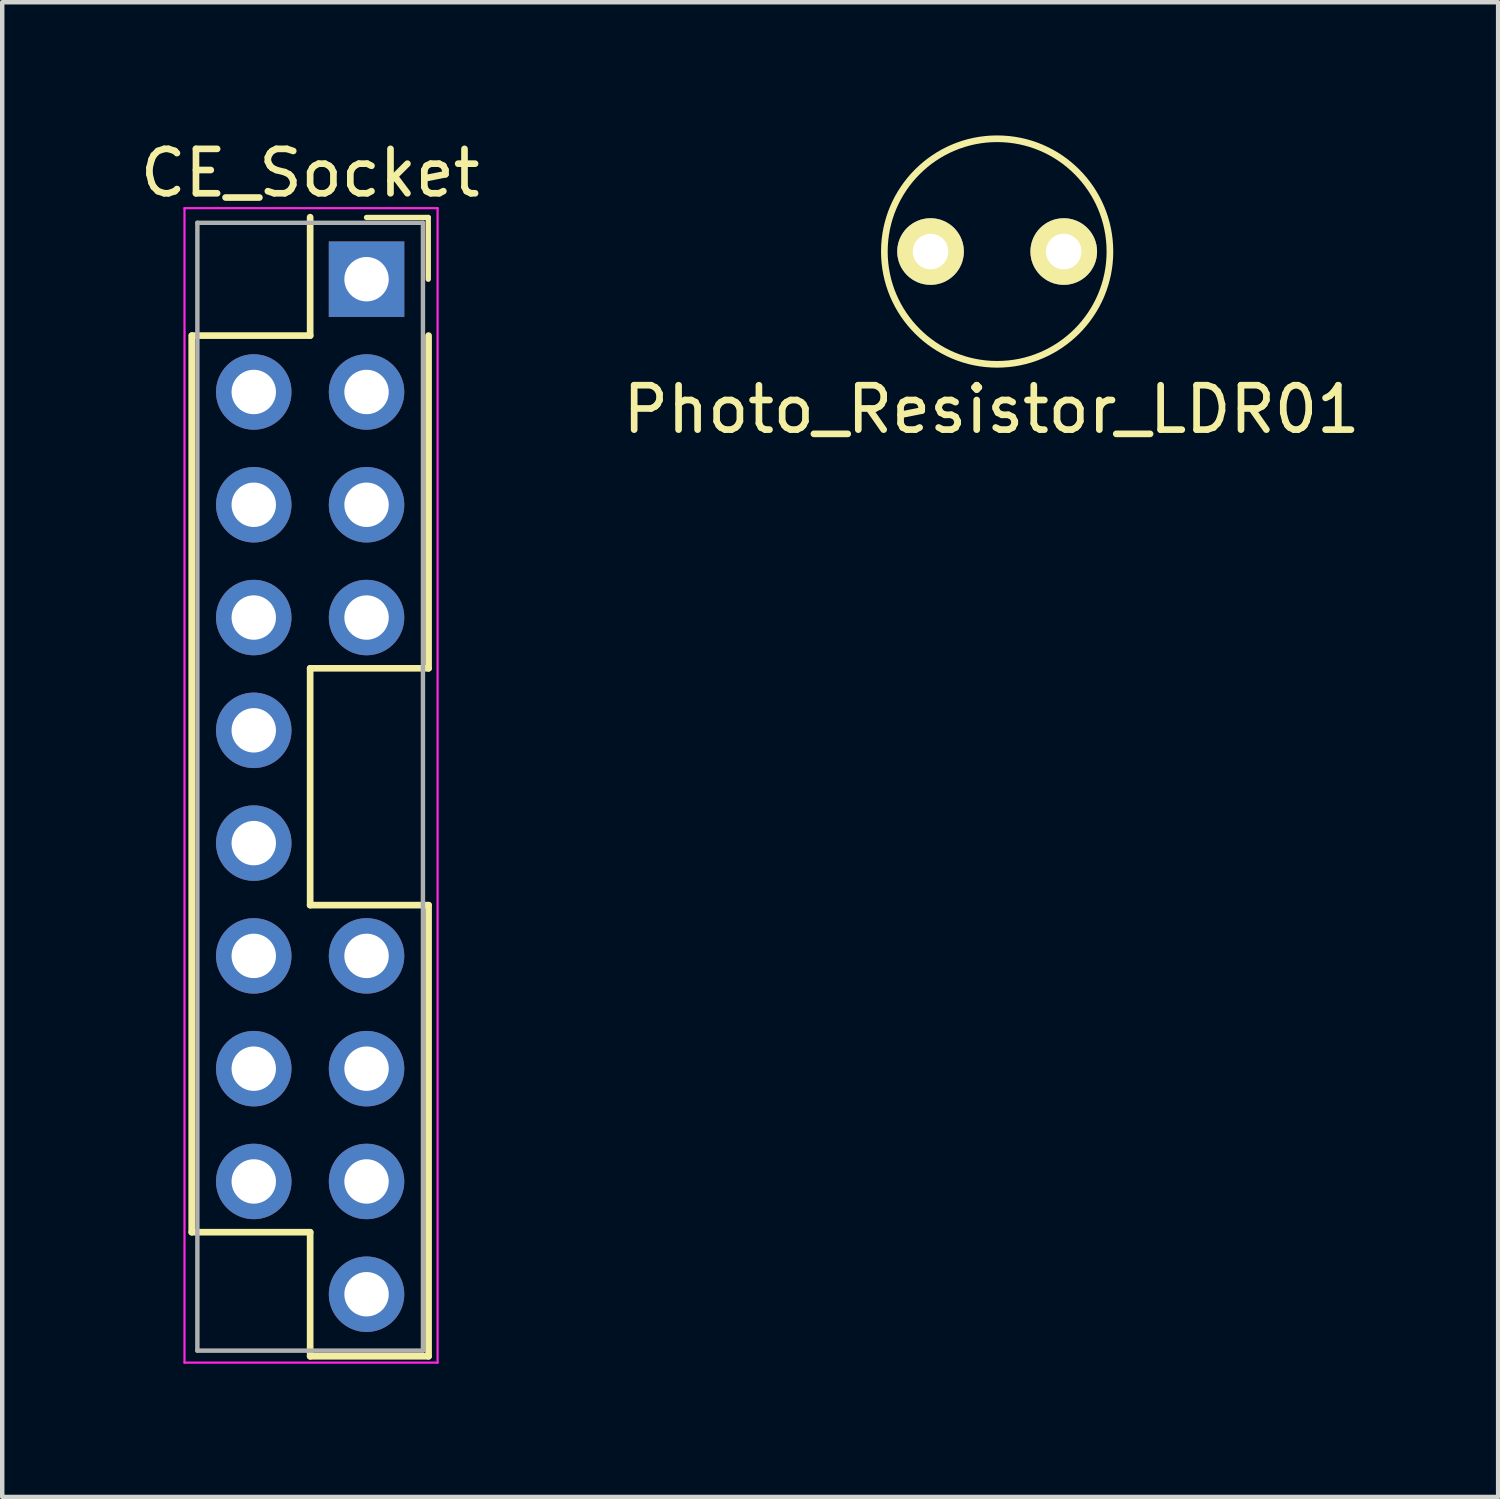
<source format=kicad_pcb>
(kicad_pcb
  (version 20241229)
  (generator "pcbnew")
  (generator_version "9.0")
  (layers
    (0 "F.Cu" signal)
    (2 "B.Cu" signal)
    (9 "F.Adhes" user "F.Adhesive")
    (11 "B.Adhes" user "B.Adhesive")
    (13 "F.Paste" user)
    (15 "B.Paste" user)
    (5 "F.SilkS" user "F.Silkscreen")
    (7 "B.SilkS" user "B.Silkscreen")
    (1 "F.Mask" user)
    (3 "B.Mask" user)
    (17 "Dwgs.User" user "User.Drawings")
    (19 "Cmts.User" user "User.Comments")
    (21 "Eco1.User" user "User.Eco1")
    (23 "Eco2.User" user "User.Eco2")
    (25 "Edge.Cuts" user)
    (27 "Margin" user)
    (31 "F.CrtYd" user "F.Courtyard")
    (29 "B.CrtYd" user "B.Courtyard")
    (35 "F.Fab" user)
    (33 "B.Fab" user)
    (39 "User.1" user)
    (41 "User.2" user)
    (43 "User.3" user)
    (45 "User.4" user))
  (footprint "Photo_Resistor_LDR01"
    (layer "F.Cu")
    (at 19.407 2.615)
    (property "Reference" "Photo_Resistor_LDR01" (at -0.127 3.556 0) (layer "F.SilkS") (effects (font (size 1 1) (thickness 0.15))))
    (attr through_hole)
    (fp_circle (center 0 0) (end 2.54 0) (stroke (width 0.15) (type solid)) (fill no) (layer "F.SilkS"))
    (pad "1" thru_hole circle (at -1.5 0) (size 1.5 1.5) (drill 0.8) (layers "*.Cu" "*.Mask" "F.SilkS"))
    (pad "2" thru_hole circle (at 1.5 0) (size 1.5 1.5) (drill 0.8) (layers "*.Cu" "*.Mask" "F.SilkS")))
  (footprint "CE_Socket"
    (layer "F.Cu")
    (at 2.665 3.238)
    (property "Reference" "CE_Socket" (at 1.27 -2.39 0) (layer "F.SilkS") (effects (font (size 1 1) (thickness 0.15))))
    (attr through_hole)
    (fp_line (start -1.397 1.27) (end -1.397 21.463) (stroke (width 0.15) (type solid)) (layer "F.SilkS"))
    (fp_line (start -1.397 21.463) (end 1.27 21.463) (stroke (width 0.15) (type solid)) (layer "F.SilkS"))
    (fp_line (start -1.39 1.27) (end 1.27 1.27) (stroke (width 0.15) (type solid)) (layer "F.SilkS"))
    (fp_line (start 1.27 1.27) (end 1.27 -1.397) (stroke (width 0.15) (type solid)) (layer "F.SilkS"))
    (fp_line (start 1.27 8.763) (end 3.937 8.763) (stroke (width 0.15) (type solid)) (layer "F.SilkS"))
    (fp_line (start 1.27 14.097) (end 1.27 8.763) (stroke (width 0.15) (type solid)) (layer "F.SilkS"))
    (fp_line (start 1.27 21.463) (end 1.27 24.257) (stroke (width 0.15) (type solid)) (layer "F.SilkS"))
    (fp_line (start 1.27 24.257) (end 3.937 24.257) (stroke (width 0.15) (type solid)) (layer "F.SilkS"))
    (fp_line (start 3.93 -1.39) (end 2.54 -1.39) (stroke (width 0.12) (type solid)) (layer "F.SilkS"))
    (fp_line (start 3.93 0) (end 3.93 -1.39) (stroke (width 0.12) (type solid)) (layer "F.SilkS"))
    (fp_line (start 3.937 8.763) (end 3.937 1.27) (stroke (width 0.15) (type solid)) (layer "F.SilkS"))
    (fp_line (start 3.937 14.097) (end 1.27 14.097) (stroke (width 0.15) (type solid)) (layer "F.SilkS"))
    (fp_line (start 3.937 24.257) (end 3.937 14.097) (stroke (width 0.15) (type solid)) (layer "F.SilkS"))
    (fp_line (start -1.56 -1.6) (end 4.14 -1.6) (stroke (width 0.05) (type solid)) (layer "F.CrtYd"))
    (fp_line (start -1.56 24.4) (end -1.56 -1.6) (stroke (width 0.05) (type solid)) (layer "F.CrtYd"))
    (fp_line (start 4.14 -1.6) (end 4.14 24.4) (stroke (width 0.05) (type solid)) (layer "F.CrtYd"))
    (fp_line (start 4.14 24.4) (end -1.56 24.4) (stroke (width 0.05) (type solid)) (layer "F.CrtYd"))
    (fp_line (start -1.27 -1.27) (end 3.81 -1.27) (stroke (width 0.1) (type solid)) (layer "F.Fab"))
    (fp_line (start -1.27 24.13) (end -1.27 -1.27) (stroke (width 0.1) (type solid)) (layer "F.Fab"))
    (fp_line (start 3.81 -1.27) (end 3.81 24.13) (stroke (width 0.1) (type solid)) (layer "F.Fab"))
    (fp_line (start 3.81 24.13) (end -1.27 24.13) (stroke (width 0.1) (type solid)) (layer "F.Fab"))
    (pad "1" thru_hole rect (at 2.54 0 180) (size 1.7 1.7) (drill 1) (layers "*.Cu" "*.Mask"))
    (pad "3" thru_hole oval (at 2.54 2.54 180) (size 1.7 1.7) (drill 1) (layers "*.Cu" "*.Mask"))
    (pad "4" thru_hole oval (at 0 2.54 180) (size 1.7 1.7) (drill 1) (layers "*.Cu" "*.Mask"))
    (pad "5" thru_hole oval (at 2.54 5.08 180) (size 1.7 1.7) (drill 1) (layers "*.Cu" "*.Mask"))
    (pad "6" thru_hole oval (at 0 5.08 180) (size 1.7 1.7) (drill 1) (layers "*.Cu" "*.Mask"))
    (pad "7" thru_hole oval (at 2.54 7.62 180) (size 1.7 1.7) (drill 1) (layers "*.Cu" "*.Mask"))
    (pad "8" thru_hole oval (at 0 7.62 180) (size 1.7 1.7) (drill 1) (layers "*.Cu" "*.Mask"))
    (pad "10" thru_hole oval (at 0 10.16 180) (size 1.7 1.7) (drill 1) (layers "*.Cu" "*.Mask"))
    (pad "12" thru_hole oval (at 0 12.7 180) (size 1.7 1.7) (drill 1) (layers "*.Cu" "*.Mask"))
    (pad "13" thru_hole oval (at 2.54 15.24 180) (size 1.7 1.7) (drill 1) (layers "*.Cu" "*.Mask"))
    (pad "14" thru_hole oval (at 0 15.24 180) (size 1.7 1.7) (drill 1) (layers "*.Cu" "*.Mask"))
    (pad "15" thru_hole oval (at 2.54 17.78 180) (size 1.7 1.7) (drill 1) (layers "*.Cu" "*.Mask"))
    (pad "16" thru_hole oval (at 0 17.78 180) (size 1.7 1.7) (drill 1) (layers "*.Cu" "*.Mask"))
    (pad "17" thru_hole oval (at 2.54 20.32 180) (size 1.7 1.7) (drill 1) (layers "*.Cu" "*.Mask"))
    (pad "18" thru_hole oval (at 0 20.32 180) (size 1.7 1.7) (drill 1) (layers "*.Cu" "*.Mask"))
    (pad "19" thru_hole oval (at 2.54 22.86 180) (size 1.7 1.7) (drill 1) (layers "*.Cu" "*.Mask")))
  (gr_rect
    (start -3 -3)
    (end 30.69 30.663)
    (stroke (width 0.1) (type default))
    (fill no)
    (layer "Edge.Cuts")))
</source>
